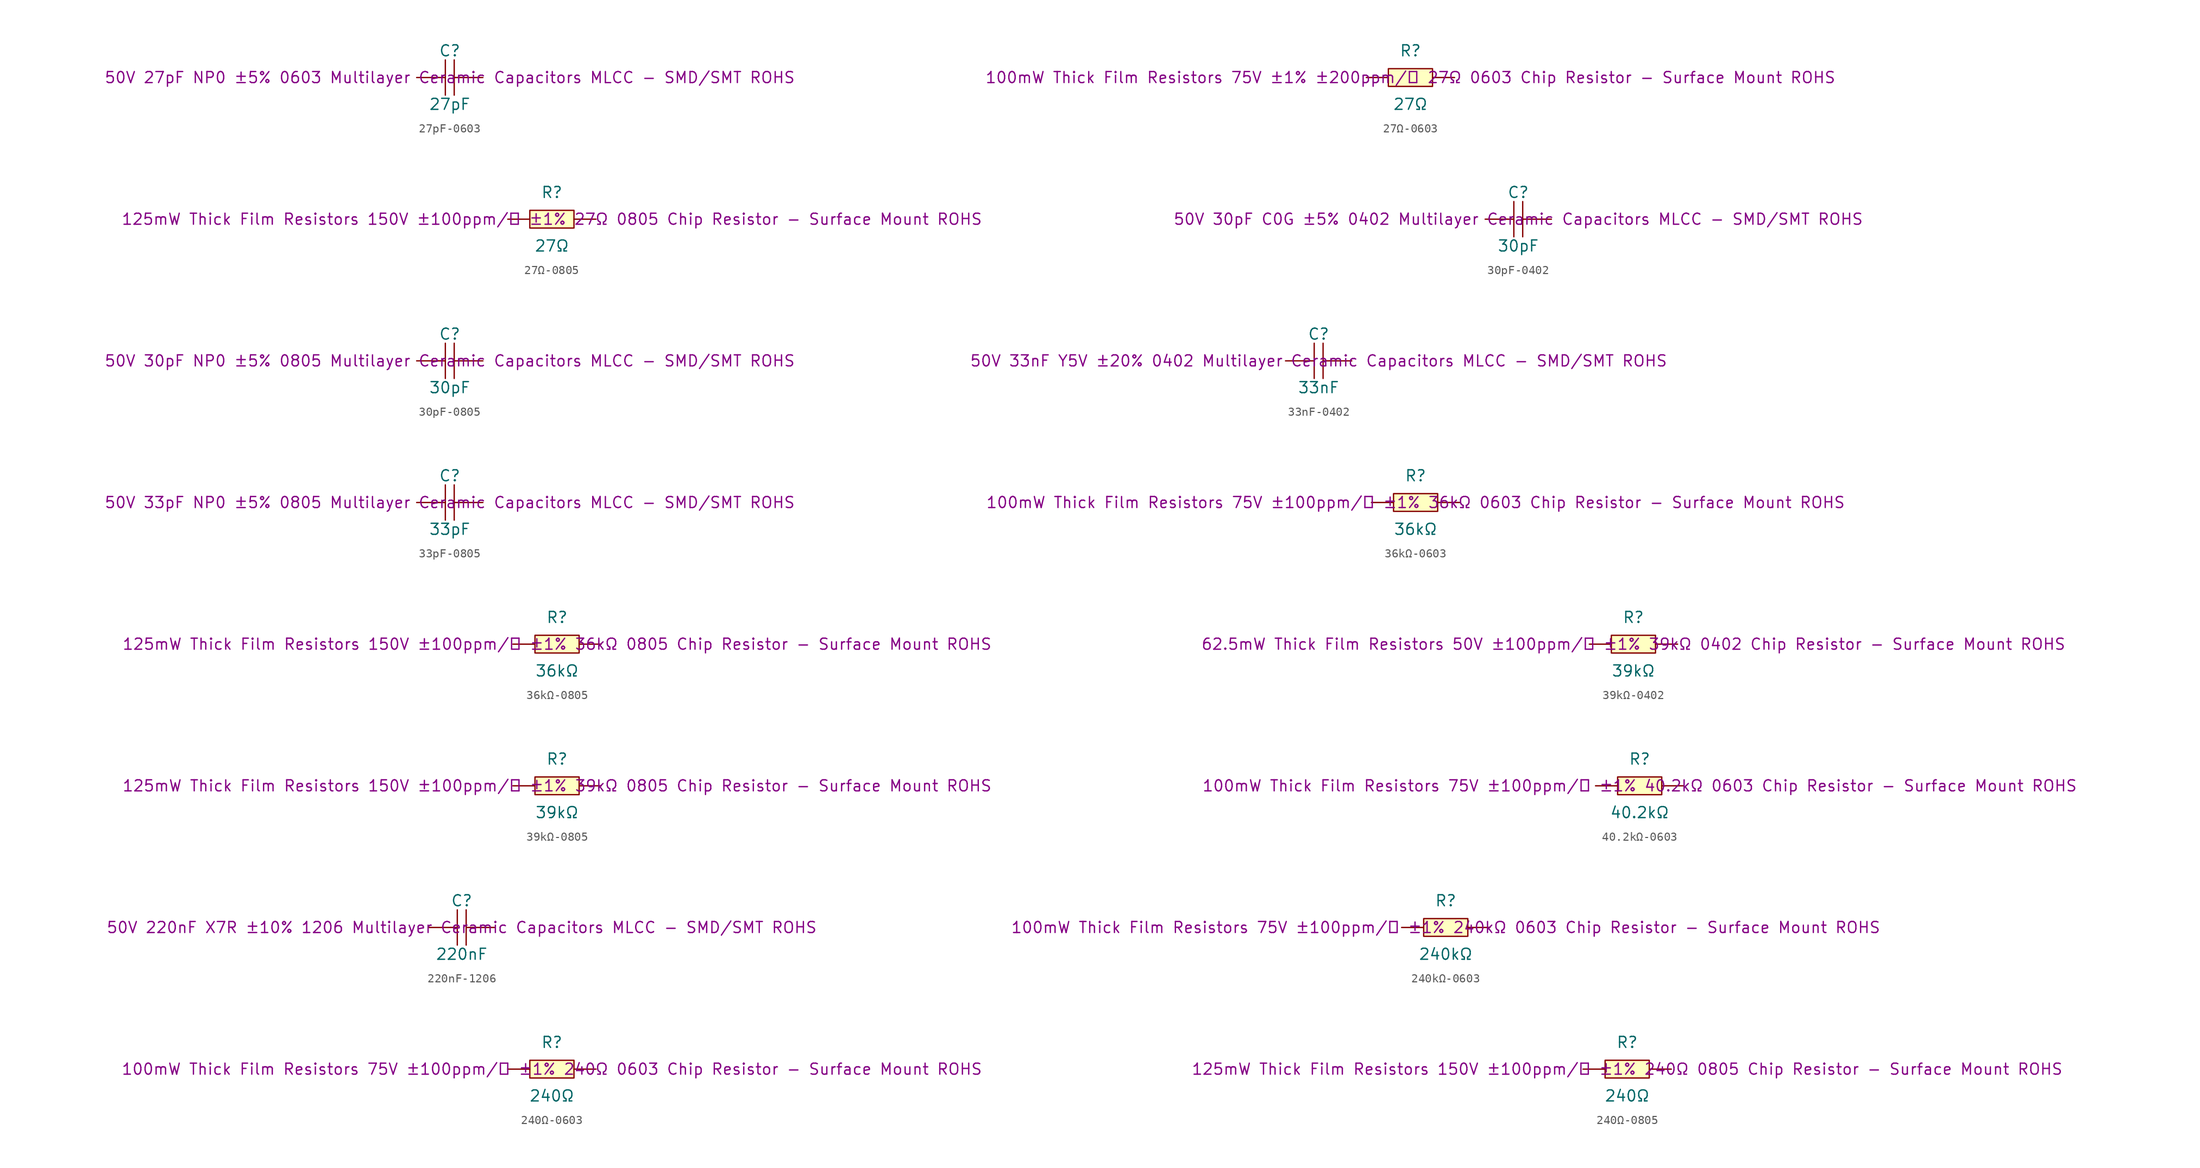
<source format=kicad_sym>
(kicad_symbol_lib
  (version 20241209)
  (generator "kicad_symbol_editor")
  (generator_version "9.0")
  (symbol "27pF-0603"
    (pin_numbers
      (hide yes))
    (pin_names
      (hide yes))
    (property "Reference" "C"
      (at 0 3.08 0)
      (effects (font (size 1.27 1.27))))
    (property "Value" "27pF"
      (at 0 -3.08 0)
      (effects (font (size 1.27 1.27))))
    (property "Description" "50V 27pF NP0 ±5% 0603 Multilayer Ceramic Capacitors MLCC - SMD/SMT ROHS"
      (at 0 0 0)
      (effects (font (size 1.27 1.27))))
    (symbol "27pF-0603_0_1"
      (polyline (pts (xy -1.27 0) (xy -0.51 0)) (stroke (width 0) (type default)) (fill (type none)))
      (polyline (pts (xy -0.51 2.03) (xy -0.51 -2.03)) (stroke (width 0) (type default)) (fill (type none)))
      (polyline (pts (xy 0.51 2.03) (xy 0.51 -2.03)) (stroke (width 0) (type default)) (fill (type none)))
      (polyline (pts (xy 0.51 0) (xy 1.27 0)) (stroke (width 0) (type default)) (fill (type none)))
      (pin input line (at -3.81 0 0) (length 2.54) (name "1" (effects (font (size 1.27 1.27)))) (number "1" (effects (font (size 1.27 1.27)))))
      (pin input line (at 3.81 0 180) (length 2.54) (name "2" (effects (font (size 1.27 1.27)))) (number "2" (effects (font (size 1.27 1.27)))))))
  (symbol "27Ω-0603"
    (pin_numbers
      (hide yes))
    (pin_names
      (hide yes))
    (property "Reference" "R"
      (at 0 3.08 0)
      (effects (font (size 1.27 1.27))))
    (property "Value" "27Ω"
      (at 0 -3.08 0)
      (effects (font (size 1.27 1.27))))
    (property "Description" "100mW Thick Film Resistors 75V ±1% ±200ppm/℃ 27Ω 0603 Chip Resistor - Surface Mount ROHS"
      (at 0 0 0)
      (effects (font (size 1.27 1.27))))
    (symbol "27Ω-0603_0_1"
      (rectangle (start -2.54 1.02) (end 2.54 -1.02) (stroke (width 0) (type default)) (fill (type background)))
      (pin input line (at -5.08 0 0) (length 2.54) (name "1" (effects (font (size 1.27 1.27)))) (number "1" (effects (font (size 1.27 1.27)))))
      (pin input line (at 5.08 0 180) (length 2.54) (name "2" (effects (font (size 1.27 1.27)))) (number "2" (effects (font (size 1.27 1.27)))))))
  (symbol "27Ω-0805"
    (pin_numbers
      (hide yes))
    (pin_names
      (hide yes))
    (property "Reference" "R"
      (at 0 3.08 0)
      (effects (font (size 1.27 1.27))))
    (property "Value" "27Ω"
      (at 0 -3.08 0)
      (effects (font (size 1.27 1.27))))
    (property "Description" "125mW Thick Film Resistors 150V ±100ppm/℃ ±1% 27Ω 0805 Chip Resistor - Surface Mount ROHS"
      (at 0 0 0)
      (effects (font (size 1.27 1.27))))
    (symbol "27Ω-0805_0_1"
      (rectangle (start -2.54 1.02) (end 2.54 -1.02) (stroke (width 0) (type default)) (fill (type background)))
      (pin input line (at -5.08 0 0) (length 2.54) (name "1" (effects (font (size 1.27 1.27)))) (number "1" (effects (font (size 1.27 1.27)))))
      (pin input line (at 5.08 0 180) (length 2.54) (name "2" (effects (font (size 1.27 1.27)))) (number "2" (effects (font (size 1.27 1.27)))))))
  (symbol "30pF-0402"
    (pin_numbers
      (hide yes))
    (pin_names
      (hide yes))
    (property "Reference" "C"
      (at 0 3.08 0)
      (effects (font (size 1.27 1.27))))
    (property "Value" "30pF"
      (at 0 -3.08 0)
      (effects (font (size 1.27 1.27))))
    (property "Description" "50V 30pF C0G ±5% 0402 Multilayer Ceramic Capacitors MLCC - SMD/SMT ROHS"
      (at 0 0 0)
      (effects (font (size 1.27 1.27))))
    (symbol "30pF-0402_0_1"
      (polyline (pts (xy -1.27 0) (xy -0.51 0)) (stroke (width 0) (type default)) (fill (type none)))
      (polyline (pts (xy -0.51 2.03) (xy -0.51 -2.03)) (stroke (width 0) (type default)) (fill (type none)))
      (polyline (pts (xy 0.51 2.03) (xy 0.51 -2.03)) (stroke (width 0) (type default)) (fill (type none)))
      (polyline (pts (xy 0.51 0) (xy 1.27 0)) (stroke (width 0) (type default)) (fill (type none)))
      (pin input line (at -3.81 0 0) (length 2.54) (name "1" (effects (font (size 1.27 1.27)))) (number "1" (effects (font (size 1.27 1.27)))))
      (pin input line (at 3.81 0 180) (length 2.54) (name "2" (effects (font (size 1.27 1.27)))) (number "2" (effects (font (size 1.27 1.27)))))))
  (symbol "30pF-0805"
    (pin_numbers
      (hide yes))
    (pin_names
      (hide yes))
    (property "Reference" "C"
      (at 0 3.08 0)
      (effects (font (size 1.27 1.27))))
    (property "Value" "30pF"
      (at 0 -3.08 0)
      (effects (font (size 1.27 1.27))))
    (property "Description" "50V 30pF NP0 ±5% 0805 Multilayer Ceramic Capacitors MLCC - SMD/SMT ROHS"
      (at 0 0 0)
      (effects (font (size 1.27 1.27))))
    (symbol "30pF-0805_0_1"
      (polyline (pts (xy -1.27 0) (xy -0.51 0)) (stroke (width 0) (type default)) (fill (type none)))
      (polyline (pts (xy -0.51 2.03) (xy -0.51 -2.03)) (stroke (width 0) (type default)) (fill (type none)))
      (polyline (pts (xy 0.51 2.03) (xy 0.51 -2.03)) (stroke (width 0) (type default)) (fill (type none)))
      (polyline (pts (xy 0.51 0) (xy 1.27 0)) (stroke (width 0) (type default)) (fill (type none)))
      (pin input line (at -3.81 0 0) (length 2.54) (name "1" (effects (font (size 1.27 1.27)))) (number "1" (effects (font (size 1.27 1.27)))))
      (pin input line (at 3.81 0 180) (length 2.54) (name "2" (effects (font (size 1.27 1.27)))) (number "2" (effects (font (size 1.27 1.27)))))))
  (symbol "33nF-0402"
    (pin_numbers
      (hide yes))
    (pin_names
      (hide yes))
    (property "Reference" "C"
      (at 0 3.08 0)
      (effects (font (size 1.27 1.27))))
    (property "Value" "33nF"
      (at 0 -3.08 0)
      (effects (font (size 1.27 1.27))))
    (property "Description" "50V 33nF Y5V ±20% 0402 Multilayer Ceramic Capacitors MLCC - SMD/SMT ROHS"
      (at 0 0 0)
      (effects (font (size 1.27 1.27))))
    (symbol "33nF-0402_0_1"
      (polyline (pts (xy -1.27 0) (xy -0.51 0)) (stroke (width 0) (type default)) (fill (type none)))
      (polyline (pts (xy -0.51 2.03) (xy -0.51 -2.03)) (stroke (width 0) (type default)) (fill (type none)))
      (polyline (pts (xy 0.51 2.03) (xy 0.51 -2.03)) (stroke (width 0) (type default)) (fill (type none)))
      (polyline (pts (xy 0.51 0) (xy 1.27 0)) (stroke (width 0) (type default)) (fill (type none)))
      (pin input line (at -3.81 0 0) (length 2.54) (name "1" (effects (font (size 1.27 1.27)))) (number "1" (effects (font (size 1.27 1.27)))))
      (pin input line (at 3.81 0 180) (length 2.54) (name "2" (effects (font (size 1.27 1.27)))) (number "2" (effects (font (size 1.27 1.27)))))))
  (symbol "33pF-0805"
    (pin_numbers
      (hide yes))
    (pin_names
      (hide yes))
    (property "Reference" "C"
      (at 0 3.08 0)
      (effects (font (size 1.27 1.27))))
    (property "Value" "33pF"
      (at 0 -3.08 0)
      (effects (font (size 1.27 1.27))))
    (property "Description" "50V 33pF NP0 ±5% 0805 Multilayer Ceramic Capacitors MLCC - SMD/SMT ROHS"
      (at 0 0 0)
      (effects (font (size 1.27 1.27))))
    (symbol "33pF-0805_0_1"
      (polyline (pts (xy -1.27 0) (xy -0.51 0)) (stroke (width 0) (type default)) (fill (type none)))
      (polyline (pts (xy -0.51 2.03) (xy -0.51 -2.03)) (stroke (width 0) (type default)) (fill (type none)))
      (polyline (pts (xy 0.51 2.03) (xy 0.51 -2.03)) (stroke (width 0) (type default)) (fill (type none)))
      (polyline (pts (xy 0.51 0) (xy 1.27 0)) (stroke (width 0) (type default)) (fill (type none)))
      (pin input line (at -3.81 0 0) (length 2.54) (name "1" (effects (font (size 1.27 1.27)))) (number "1" (effects (font (size 1.27 1.27)))))
      (pin input line (at 3.81 0 180) (length 2.54) (name "2" (effects (font (size 1.27 1.27)))) (number "2" (effects (font (size 1.27 1.27)))))))
  (symbol "36kΩ-0603"
    (pin_numbers
      (hide yes))
    (pin_names
      (hide yes))
    (property "Reference" "R"
      (at 0 3.08 0)
      (effects (font (size 1.27 1.27))))
    (property "Value" "36kΩ"
      (at 0 -3.08 0)
      (effects (font (size 1.27 1.27))))
    (property "Description" "100mW Thick Film Resistors 75V ±100ppm/℃ ±1% 36kΩ 0603 Chip Resistor - Surface Mount ROHS"
      (at 0 0 0)
      (effects (font (size 1.27 1.27))))
    (symbol "36kΩ-0603_0_1"
      (rectangle (start -2.54 1.02) (end 2.54 -1.02) (stroke (width 0) (type default)) (fill (type background)))
      (pin input line (at -5.08 0 0) (length 2.54) (name "1" (effects (font (size 1.27 1.27)))) (number "1" (effects (font (size 1.27 1.27)))))
      (pin input line (at 5.08 0 180) (length 2.54) (name "2" (effects (font (size 1.27 1.27)))) (number "2" (effects (font (size 1.27 1.27)))))))
  (symbol "36kΩ-0805"
    (pin_numbers
      (hide yes))
    (pin_names
      (hide yes))
    (property "Reference" "R"
      (at 0 3.08 0)
      (effects (font (size 1.27 1.27))))
    (property "Value" "36kΩ"
      (at 0 -3.08 0)
      (effects (font (size 1.27 1.27))))
    (property "Description" "125mW Thick Film Resistors 150V ±100ppm/℃ ±1% 36kΩ 0805 Chip Resistor - Surface Mount ROHS"
      (at 0 0 0)
      (effects (font (size 1.27 1.27))))
    (symbol "36kΩ-0805_0_1"
      (rectangle (start -2.54 1.02) (end 2.54 -1.02) (stroke (width 0) (type default)) (fill (type background)))
      (pin input line (at -5.08 0 0) (length 2.54) (name "1" (effects (font (size 1.27 1.27)))) (number "1" (effects (font (size 1.27 1.27)))))
      (pin input line (at 5.08 0 180) (length 2.54) (name "2" (effects (font (size 1.27 1.27)))) (number "2" (effects (font (size 1.27 1.27)))))))
  (symbol "39kΩ-0402"
    (pin_numbers
      (hide yes))
    (pin_names
      (hide yes))
    (property "Reference" "R"
      (at 0 3.08 0)
      (effects (font (size 1.27 1.27))))
    (property "Value" "39kΩ"
      (at 0 -3.08 0)
      (effects (font (size 1.27 1.27))))
    (property "Description" "62.5mW Thick Film Resistors 50V ±100ppm/℃ ±1% 39kΩ 0402 Chip Resistor - Surface Mount ROHS"
      (at 0 0 0)
      (effects (font (size 1.27 1.27))))
    (symbol "39kΩ-0402_0_1"
      (rectangle (start -2.54 1.02) (end 2.54 -1.02) (stroke (width 0) (type default)) (fill (type background)))
      (pin input line (at -5.08 0 0) (length 2.54) (name "1" (effects (font (size 1.27 1.27)))) (number "1" (effects (font (size 1.27 1.27)))))
      (pin input line (at 5.08 0 180) (length 2.54) (name "2" (effects (font (size 1.27 1.27)))) (number "2" (effects (font (size 1.27 1.27)))))))
  (symbol "39kΩ-0805"
    (pin_numbers
      (hide yes))
    (pin_names
      (hide yes))
    (property "Reference" "R"
      (at 0 3.08 0)
      (effects (font (size 1.27 1.27))))
    (property "Value" "39kΩ"
      (at 0 -3.08 0)
      (effects (font (size 1.27 1.27))))
    (property "Description" "125mW Thick Film Resistors 150V ±100ppm/℃ ±1% 39kΩ 0805 Chip Resistor - Surface Mount ROHS"
      (at 0 0 0)
      (effects (font (size 1.27 1.27))))
    (symbol "39kΩ-0805_0_1"
      (rectangle (start -2.54 1.02) (end 2.54 -1.02) (stroke (width 0) (type default)) (fill (type background)))
      (pin input line (at -5.08 0 0) (length 2.54) (name "1" (effects (font (size 1.27 1.27)))) (number "1" (effects (font (size 1.27 1.27)))))
      (pin input line (at 5.08 0 180) (length 2.54) (name "2" (effects (font (size 1.27 1.27)))) (number "2" (effects (font (size 1.27 1.27)))))))
  (symbol "40.2kΩ-0603"
    (pin_numbers
      (hide yes))
    (pin_names
      (hide yes))
    (property "Reference" "R"
      (at 0 3.08 0)
      (effects (font (size 1.27 1.27))))
    (property "Value" "40.2kΩ"
      (at 0 -3.08 0)
      (effects (font (size 1.27 1.27))))
    (property "Description" "100mW Thick Film Resistors 75V ±100ppm/℃ ±1% 40.2kΩ 0603 Chip Resistor - Surface Mount ROHS"
      (at 0 0 0)
      (effects (font (size 1.27 1.27))))
    (symbol "40.2kΩ-0603_0_1"
      (rectangle (start -2.54 1.02) (end 2.54 -1.02) (stroke (width 0) (type default)) (fill (type background)))
      (pin input line (at -5.08 0 0) (length 2.54) (name "1" (effects (font (size 1.27 1.27)))) (number "1" (effects (font (size 1.27 1.27)))))
      (pin input line (at 5.08 0 180) (length 2.54) (name "2" (effects (font (size 1.27 1.27)))) (number "2" (effects (font (size 1.27 1.27)))))))
  (symbol "220nF-1206"
    (pin_numbers
      (hide yes))
    (pin_names
      (hide yes))
    (property "Reference" "C"
      (at 0 3.08 0)
      (effects (font (size 1.27 1.27))))
    (property "Value" "220nF"
      (at 0 -3.08 0)
      (effects (font (size 1.27 1.27))))
    (property "Description" "50V 220nF X7R ±10% 1206 Multilayer Ceramic Capacitors MLCC - SMD/SMT ROHS"
      (at 0 0 0)
      (effects (font (size 1.27 1.27))))
    (symbol "220nF-1206_0_1"
      (polyline (pts (xy -1.27 0) (xy -0.51 0)) (stroke (width 0) (type default)) (fill (type none)))
      (polyline (pts (xy -0.51 2.03) (xy -0.51 -2.03)) (stroke (width 0) (type default)) (fill (type none)))
      (polyline (pts (xy 0.51 2.03) (xy 0.51 -2.03)) (stroke (width 0) (type default)) (fill (type none)))
      (polyline (pts (xy 0.51 0) (xy 1.27 0)) (stroke (width 0) (type default)) (fill (type none)))
      (pin input line (at -3.81 0 0) (length 2.54) (name "1" (effects (font (size 1.27 1.27)))) (number "1" (effects (font (size 1.27 1.27)))))
      (pin input line (at 3.81 0 180) (length 2.54) (name "2" (effects (font (size 1.27 1.27)))) (number "2" (effects (font (size 1.27 1.27)))))))
  (symbol "240kΩ-0603"
    (pin_numbers
      (hide yes))
    (pin_names
      (hide yes))
    (property "Reference" "R"
      (at 0 3.08 0)
      (effects (font (size 1.27 1.27))))
    (property "Value" "240kΩ"
      (at 0 -3.08 0)
      (effects (font (size 1.27 1.27))))
    (property "Description" "100mW Thick Film Resistors 75V ±100ppm/℃ ±1% 240kΩ 0603 Chip Resistor - Surface Mount ROHS"
      (at 0 0 0)
      (effects (font (size 1.27 1.27))))
    (symbol "240kΩ-0603_0_1"
      (rectangle (start -2.54 1.02) (end 2.54 -1.02) (stroke (width 0) (type default)) (fill (type background)))
      (pin input line (at -5.08 0 0) (length 2.54) (name "1" (effects (font (size 1.27 1.27)))) (number "1" (effects (font (size 1.27 1.27)))))
      (pin input line (at 5.08 0 180) (length 2.54) (name "2" (effects (font (size 1.27 1.27)))) (number "2" (effects (font (size 1.27 1.27)))))))
  (symbol "240Ω-0603"
    (pin_numbers
      (hide yes))
    (pin_names
      (hide yes))
    (property "Reference" "R"
      (at 0 3.08 0)
      (effects (font (size 1.27 1.27))))
    (property "Value" "240Ω"
      (at 0 -3.08 0)
      (effects (font (size 1.27 1.27))))
    (property "Description" "100mW Thick Film Resistors 75V ±100ppm/℃ ±1% 240Ω 0603 Chip Resistor - Surface Mount ROHS"
      (at 0 0 0)
      (effects (font (size 1.27 1.27))))
    (symbol "240Ω-0603_0_1"
      (rectangle (start -2.54 1.02) (end 2.54 -1.02) (stroke (width 0) (type default)) (fill (type background)))
      (pin input line (at -5.08 0 0) (length 2.54) (name "1" (effects (font (size 1.27 1.27)))) (number "1" (effects (font (size 1.27 1.27)))))
      (pin input line (at 5.08 0 180) (length 2.54) (name "2" (effects (font (size 1.27 1.27)))) (number "2" (effects (font (size 1.27 1.27)))))))
  (symbol "240Ω-0805"
    (pin_numbers
      (hide yes))
    (pin_names
      (hide yes))
    (property "Reference" "R"
      (at 0 3.08 0)
      (effects (font (size 1.27 1.27))))
    (property "Value" "240Ω"
      (at 0 -3.08 0)
      (effects (font (size 1.27 1.27))))
    (property "Description" "125mW Thick Film Resistors 150V ±100ppm/℃ ±1% 240Ω 0805 Chip Resistor - Surface Mount ROHS"
      (at 0 0 0)
      (effects (font (size 1.27 1.27))))
    (symbol "240Ω-0805_0_1"
      (rectangle (start -2.54 1.02) (end 2.54 -1.02) (stroke (width 0) (type default)) (fill (type background)))
      (pin input line (at -5.08 0 0) (length 2.54) (name "1" (effects (font (size 1.27 1.27)))) (number "1" (effects (font (size 1.27 1.27)))))
      (pin input line (at 5.08 0 180) (length 2.54) (name "2" (effects (font (size 1.27 1.27)))) (number "2" (effects (font (size 1.27 1.27))))))))
</source>
